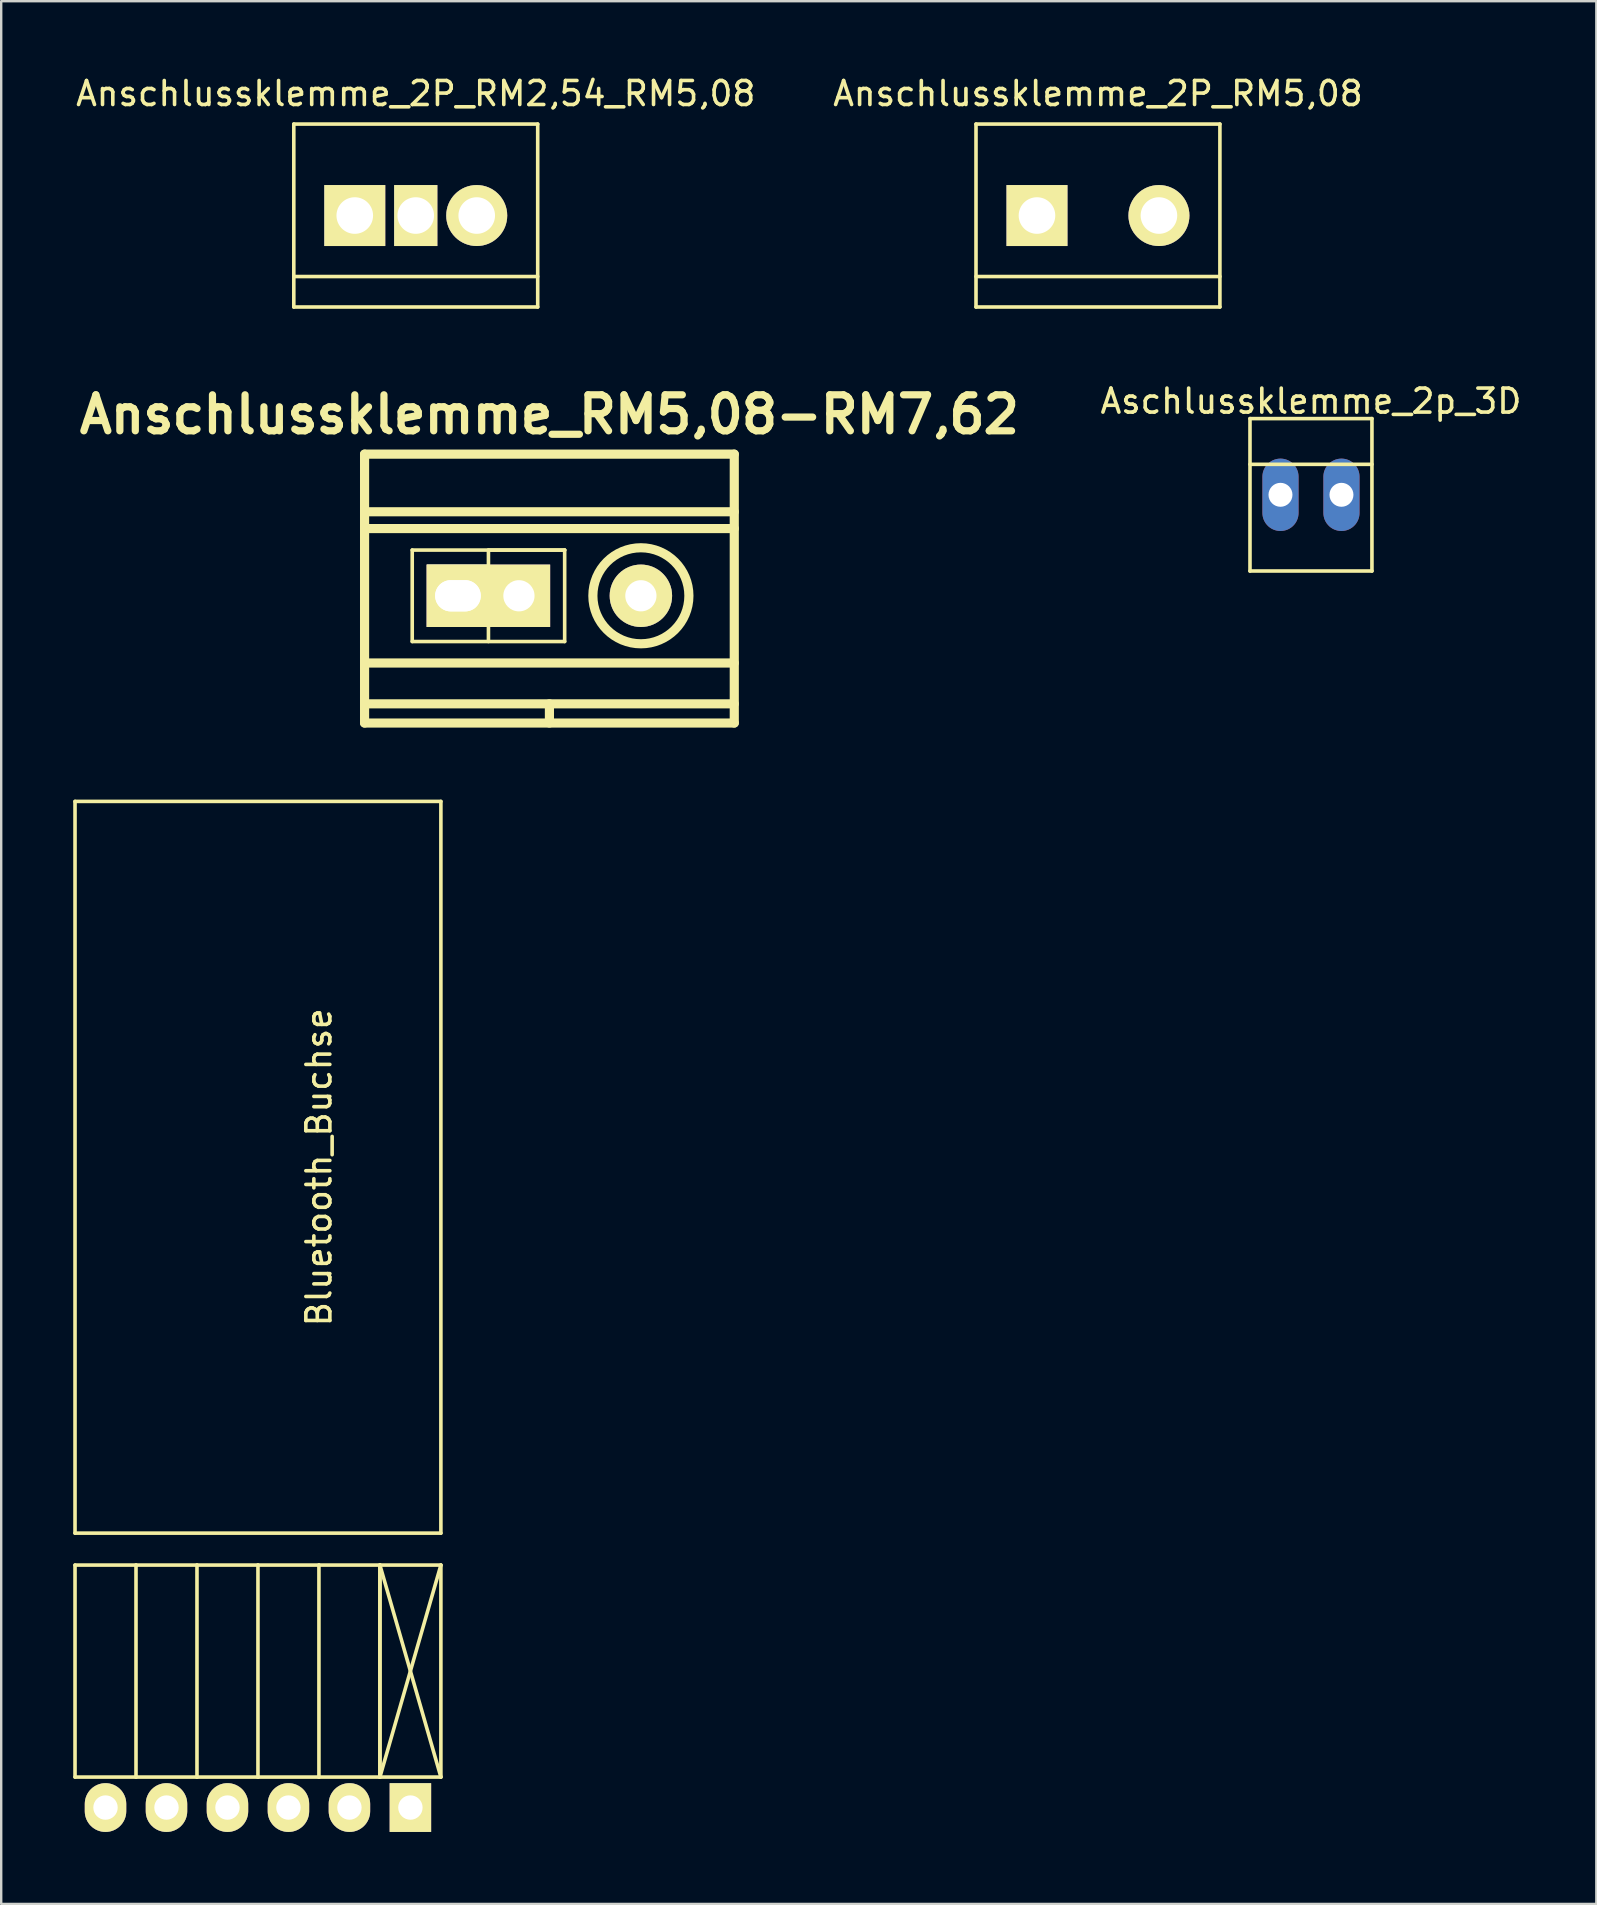
<source format=kicad_pcb>
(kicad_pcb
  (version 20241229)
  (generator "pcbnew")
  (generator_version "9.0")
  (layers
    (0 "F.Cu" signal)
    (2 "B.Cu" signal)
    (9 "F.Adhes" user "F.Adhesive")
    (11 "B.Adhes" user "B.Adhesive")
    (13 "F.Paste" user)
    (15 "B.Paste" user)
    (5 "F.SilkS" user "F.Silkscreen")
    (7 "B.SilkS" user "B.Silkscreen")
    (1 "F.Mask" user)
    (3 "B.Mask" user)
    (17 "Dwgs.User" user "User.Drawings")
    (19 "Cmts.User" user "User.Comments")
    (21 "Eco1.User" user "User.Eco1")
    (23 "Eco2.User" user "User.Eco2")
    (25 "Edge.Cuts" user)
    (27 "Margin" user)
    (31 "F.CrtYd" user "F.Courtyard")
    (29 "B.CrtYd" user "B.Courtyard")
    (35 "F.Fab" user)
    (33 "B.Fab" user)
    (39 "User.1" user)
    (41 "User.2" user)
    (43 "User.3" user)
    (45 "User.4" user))
  (footprint "Bluetooth_Buchse"
    (layer "F.Cu")
    (at 7.695 72.243)
    (property "Reference" "Bluetooth_Buchse" (at 2.54 -26.67 270) (layer "F.SilkS") (effects (font (size 1 1) (thickness 0.15))))
    (attr through_hole)
    (fp_line (start -7.62 -41.91) (end 7.62 -41.91) (stroke (width 0.15) (type solid)) (layer "F.SilkS"))
    (fp_line (start -7.62 -11.43) (end -7.62 -41.91) (stroke (width 0.15) (type solid)) (layer "F.SilkS"))
    (fp_line (start -7.62 -10.1) (end -7.62 -1.27) (stroke (width 0.15) (type solid)) (layer "F.SilkS"))
    (fp_line (start -5.08 -10.1) (end -7.62 -10.1) (stroke (width 0.15) (type solid)) (layer "F.SilkS"))
    (fp_line (start -5.08 -10.1) (end -5.08 -1.27) (stroke (width 0.15) (type solid)) (layer "F.SilkS"))
    (fp_line (start -5.08 -1.27) (end -7.62 -1.27) (stroke (width 0.15) (type solid)) (layer "F.SilkS"))
    (fp_line (start -2.54 -10.1) (end -5.08 -10.1) (stroke (width 0.15) (type solid)) (layer "F.SilkS"))
    (fp_line (start -2.54 -10.1) (end -2.54 -1.27) (stroke (width 0.15) (type solid)) (layer "F.SilkS"))
    (fp_line (start -2.54 -1.27) (end -5.08 -1.27) (stroke (width 0.15) (type solid)) (layer "F.SilkS"))
    (fp_line (start 0 -10.1) (end -2.54 -10.1) (stroke (width 0.15) (type solid)) (layer "F.SilkS"))
    (fp_line (start 0 -10.1) (end 0 -1.27) (stroke (width 0.15) (type solid)) (layer "F.SilkS"))
    (fp_line (start 0 -1.27) (end -2.54 -1.27) (stroke (width 0.15) (type solid)) (layer "F.SilkS"))
    (fp_line (start 2.54 -10.1) (end 0 -10.1) (stroke (width 0.15) (type solid)) (layer "F.SilkS"))
    (fp_line (start 2.54 -10.1) (end 2.54 -1.27) (stroke (width 0.15) (type solid)) (layer "F.SilkS"))
    (fp_line (start 2.54 -1.27) (end 0 -1.27) (stroke (width 0.15) (type solid)) (layer "F.SilkS"))
    (fp_line (start 5.08 -10.1) (end 2.54 -10.1) (stroke (width 0.15) (type solid)) (layer "F.SilkS"))
    (fp_line (start 5.08 -10.1) (end 5.08 -1.27) (stroke (width 0.15) (type solid)) (layer "F.SilkS"))
    (fp_line (start 5.08 -1.27) (end 2.54 -1.27) (stroke (width 0.15) (type solid)) (layer "F.SilkS"))
    (fp_line (start 5.08 -1.27) (end 5.08 -10.1) (stroke (width 0.15) (type solid)) (layer "F.SilkS"))
    (fp_line (start 7.62 -41.91) (end 7.62 -11.43) (stroke (width 0.15) (type solid)) (layer "F.SilkS"))
    (fp_line (start 7.62 -11.43) (end -7.62 -11.43) (stroke (width 0.15) (type solid)) (layer "F.SilkS"))
    (fp_line (start 7.62 -10.1) (end 5.08 -10.1) (stroke (width 0.15) (type solid)) (layer "F.SilkS"))
    (fp_line (start 7.62 -10.1) (end 5.08 -1.27) (stroke (width 0.15) (type solid)) (layer "F.SilkS"))
    (fp_line (start 7.62 -1.27) (end 5.08 -10.1) (stroke (width 0.15) (type solid)) (layer "F.SilkS"))
    (fp_line (start 7.62 -1.27) (end 5.08 -1.27) (stroke (width 0.15) (type solid)) (layer "F.SilkS"))
    (fp_line (start 7.62 -1.27) (end 7.62 -10.1) (stroke (width 0.15) (type solid)) (layer "F.SilkS"))
    (pad "1" thru_hole rect (at 6.35 0 180) (size 1.727 2.032) (drill 1.016) (layers "*.Cu" "*.Mask" "F.SilkS"))
    (pad "2" thru_hole oval (at 3.81 0 180) (size 1.727 2.032) (drill 1.016) (layers "*.Cu" "*.Mask" "F.SilkS"))
    (pad "3" thru_hole oval (at 1.27 0 180) (size 1.727 2.032) (drill 1.016) (layers "*.Cu" "*.Mask" "F.SilkS"))
    (pad "4" thru_hole oval (at -1.27 0 180) (size 1.727 2.032) (drill 1.016) (layers "*.Cu" "*.Mask" "F.SilkS"))
    (pad "5" thru_hole oval (at -3.81 0 180) (size 1.727 2.032) (drill 1.016) (layers "*.Cu" "*.Mask" "F.SilkS"))
    (pad "6" thru_hole oval (at -6.35 0 180) (size 1.727 2.032) (drill 1.016) (layers "*.Cu" "*.Mask" "F.SilkS")))
  (footprint "Anschlussklemme_2P_RM5,08"
    (layer "F.Cu")
    (at 42.685 5.928)
    (property "Reference" "Anschlussklemme_2P_RM5,08" (at 0 -5.08 0) (layer "F.SilkS") (effects (font (size 1 1) (thickness 0.15))))
    (attr through_hole)
    (fp_line (start -5.08 -3.81) (end -5.08 3.81) (stroke (width 0.15) (type solid)) (layer "F.SilkS"))
    (fp_line (start -5.08 3.81) (end 5.08 3.81) (stroke (width 0.15) (type solid)) (layer "F.SilkS"))
    (fp_line (start 5.08 -3.81) (end -5.08 -3.81) (stroke (width 0.15) (type solid)) (layer "F.SilkS"))
    (fp_line (start 5.08 2.54) (end -5.08 2.54) (stroke (width 0.15) (type solid)) (layer "F.SilkS"))
    (fp_line (start 5.08 3.81) (end 5.08 -3.81) (stroke (width 0.15) (type solid)) (layer "F.SilkS"))
    (pad "1" thru_hole rect (at -2.54 0) (size 2.54 2.54) (drill 1.524) (layers "*.Cu" "*.Mask" "F.SilkS"))
    (pad "2" thru_hole circle (at 2.54 0) (size 2.54 2.54) (drill 1.524) (layers "*.Cu" "*.Mask" "F.SilkS")))
  (footprint "Aschlussklemme_2p_3D"
    (layer "F.Cu")
    (at 51.558 17.561)
    (property "Reference" "Aschlussklemme_2p_3D" (at 0 -3.9 0) (layer "F.SilkS") (effects (font (size 1 1) (thickness 0.15))))
    (attr exclude_from_pos_files exclude_from_bom)
    (fp_line (start -2.54 -3.175) (end -2.54 3.175) (stroke (width 0.15) (type solid)) (layer "F.SilkS"))
    (fp_line (start -2.54 -3.175) (end 2.54 -3.175) (stroke (width 0.15) (type solid)) (layer "F.SilkS"))
    (fp_line (start 2.54 -3.175) (end 2.54 3.175) (stroke (width 0.15) (type solid)) (layer "F.SilkS"))
    (fp_line (start 2.54 -1.27) (end -2.54 -1.27) (stroke (width 0.15) (type solid)) (layer "F.SilkS"))
    (fp_line (start 2.54 3.175) (end -2.54 3.175) (stroke (width 0.15) (type solid)) (layer "F.SilkS"))
    (pad "1" thru_hole oval (at -1.27 0) (size 1.506 3.015) (drill 0.998) (layers "*.Cu" "*.Mask"))
    (pad "2" thru_hole oval (at 1.27 0) (size 1.506 3.015) (drill 0.998) (layers "*.Cu" "*.Mask")))
  (footprint "Anschlussklemme_RM5,08-RM7,62"
    (layer "F.Cu")
    (at 19.836 21.767)
    (property "Reference" "Anschlussklemme_RM5,08-RM7,62" (at 0 -7.55 0) (layer "F.SilkS") (effects (font (size 1.5 1.5) (thickness 0.3))))
    (attr through_hole)
    (fp_line (start -7.7 -5.9) (end -7.7 5.3) (stroke (width 0.381) (type solid)) (layer "F.SilkS"))
    (fp_line (start -7.7 -5.9) (end 7.7 -5.9) (stroke (width 0.381) (type solid)) (layer "F.SilkS"))
    (fp_line (start -7.7 -3.5) (end 7.7 -3.5) (stroke (width 0.381) (type solid)) (layer "F.SilkS"))
    (fp_line (start -7.7 -2.8) (end 7.7 -2.8) (stroke (width 0.381) (type solid)) (layer "F.SilkS"))
    (fp_line (start -7.7 2.8) (end 7.7 2.8) (stroke (width 0.381) (type solid)) (layer "F.SilkS"))
    (fp_line (start -7.7 4.5) (end 7.7 4.5) (stroke (width 0.381) (type solid)) (layer "F.SilkS"))
    (fp_line (start -7.7 5.3) (end 7.7 5.3) (stroke (width 0.381) (type solid)) (layer "F.SilkS"))
    (fp_line (start -5.715 -1.905) (end 0.635 -1.905) (stroke (width 0.15) (type solid)) (layer "F.SilkS"))
    (fp_line (start -5.715 1.905) (end -5.715 -1.905) (stroke (width 0.15) (type solid)) (layer "F.SilkS"))
    (fp_line (start -2.54 -1.905) (end -2.54 1.905) (stroke (width 0.15) (type solid)) (layer "F.SilkS"))
    (fp_line (start 0 4.5) (end 0 5.3) (stroke (width 0.381) (type solid)) (layer "F.SilkS"))
    (fp_line (start 0.635 -1.905) (end -2.54 -1.905) (stroke (width 0.15) (type solid)) (layer "F.SilkS"))
    (fp_line (start 0.635 -1.905) (end 0.635 1.905) (stroke (width 0.15) (type solid)) (layer "F.SilkS"))
    (fp_line (start 0.635 1.905) (end -5.715 1.905) (stroke (width 0.15) (type solid)) (layer "F.SilkS"))
    (fp_line (start 7.7 -5.9) (end 7.7 5.3) (stroke (width 0.381) (type solid)) (layer "F.SilkS"))
    (fp_circle (center 3.81 0) (end 1.81 0) (stroke (width 0.381) (type solid)) (fill no) (layer "F.SilkS"))
    (pad "1" thru_hole rect (at -3.81 0) (size 2.6 2.6) (drill oval 1.9 1.3) (layers "*.Cu" "*.Mask" "F.SilkS"))
    (pad "1" thru_hole rect (at -3.81 0) (size 2.6 2.6) (drill oval 1.9 1.3) (layers "*.Cu" "*.Mask" "F.SilkS"))
    (pad "1" thru_hole rect (at -1.27 0) (size 2.6 2.6) (drill 1.3) (layers "*.Cu" "*.Mask" "F.SilkS"))
    (pad "2" thru_hole circle (at 3.81 0) (size 2.6 2.6) (drill 1.3) (layers "*.Cu" "*.Mask" "F.SilkS")))
  (footprint "Anschlussklemme_2P_RM2,54_RM5,08"
    (layer "F.Cu")
    (at 14.268 5.928)
    (property "Reference" "Anschlussklemme_2P_RM2,54_RM5,08" (at 0 -5.08 0) (layer "F.SilkS") (effects (font (size 1 1) (thickness 0.15))))
    (attr through_hole)
    (fp_line (start -5.08 -3.81) (end -5.08 3.81) (stroke (width 0.15) (type solid)) (layer "F.SilkS"))
    (fp_line (start -5.08 3.81) (end 5.08 3.81) (stroke (width 0.15) (type solid)) (layer "F.SilkS"))
    (fp_line (start 5.08 -3.81) (end -5.08 -3.81) (stroke (width 0.15) (type solid)) (layer "F.SilkS"))
    (fp_line (start 5.08 2.54) (end -5.08 2.54) (stroke (width 0.15) (type solid)) (layer "F.SilkS"))
    (fp_line (start 5.08 3.81) (end 5.08 -3.81) (stroke (width 0.15) (type solid)) (layer "F.SilkS"))
    (pad "1" thru_hole rect (at -2.54 0) (size 2.54 2.54) (drill 1.524) (layers "*.Cu" "*.Mask" "F.SilkS"))
    (pad "1" thru_hole rect (at 0 0) (size 1.8 2.54) (drill 1.524) (layers "*.Cu" "*.Mask" "F.SilkS"))
    (pad "2" thru_hole circle (at 2.54 0) (size 2.54 2.54) (drill 1.524) (layers "*.Cu" "*.Mask" "F.SilkS")))
  (gr_rect
    (start -3 -3)
    (end 63.445 76.259)
    (stroke (width 0.1) (type default))
    (fill no)
    (layer "Edge.Cuts")))
</source>
